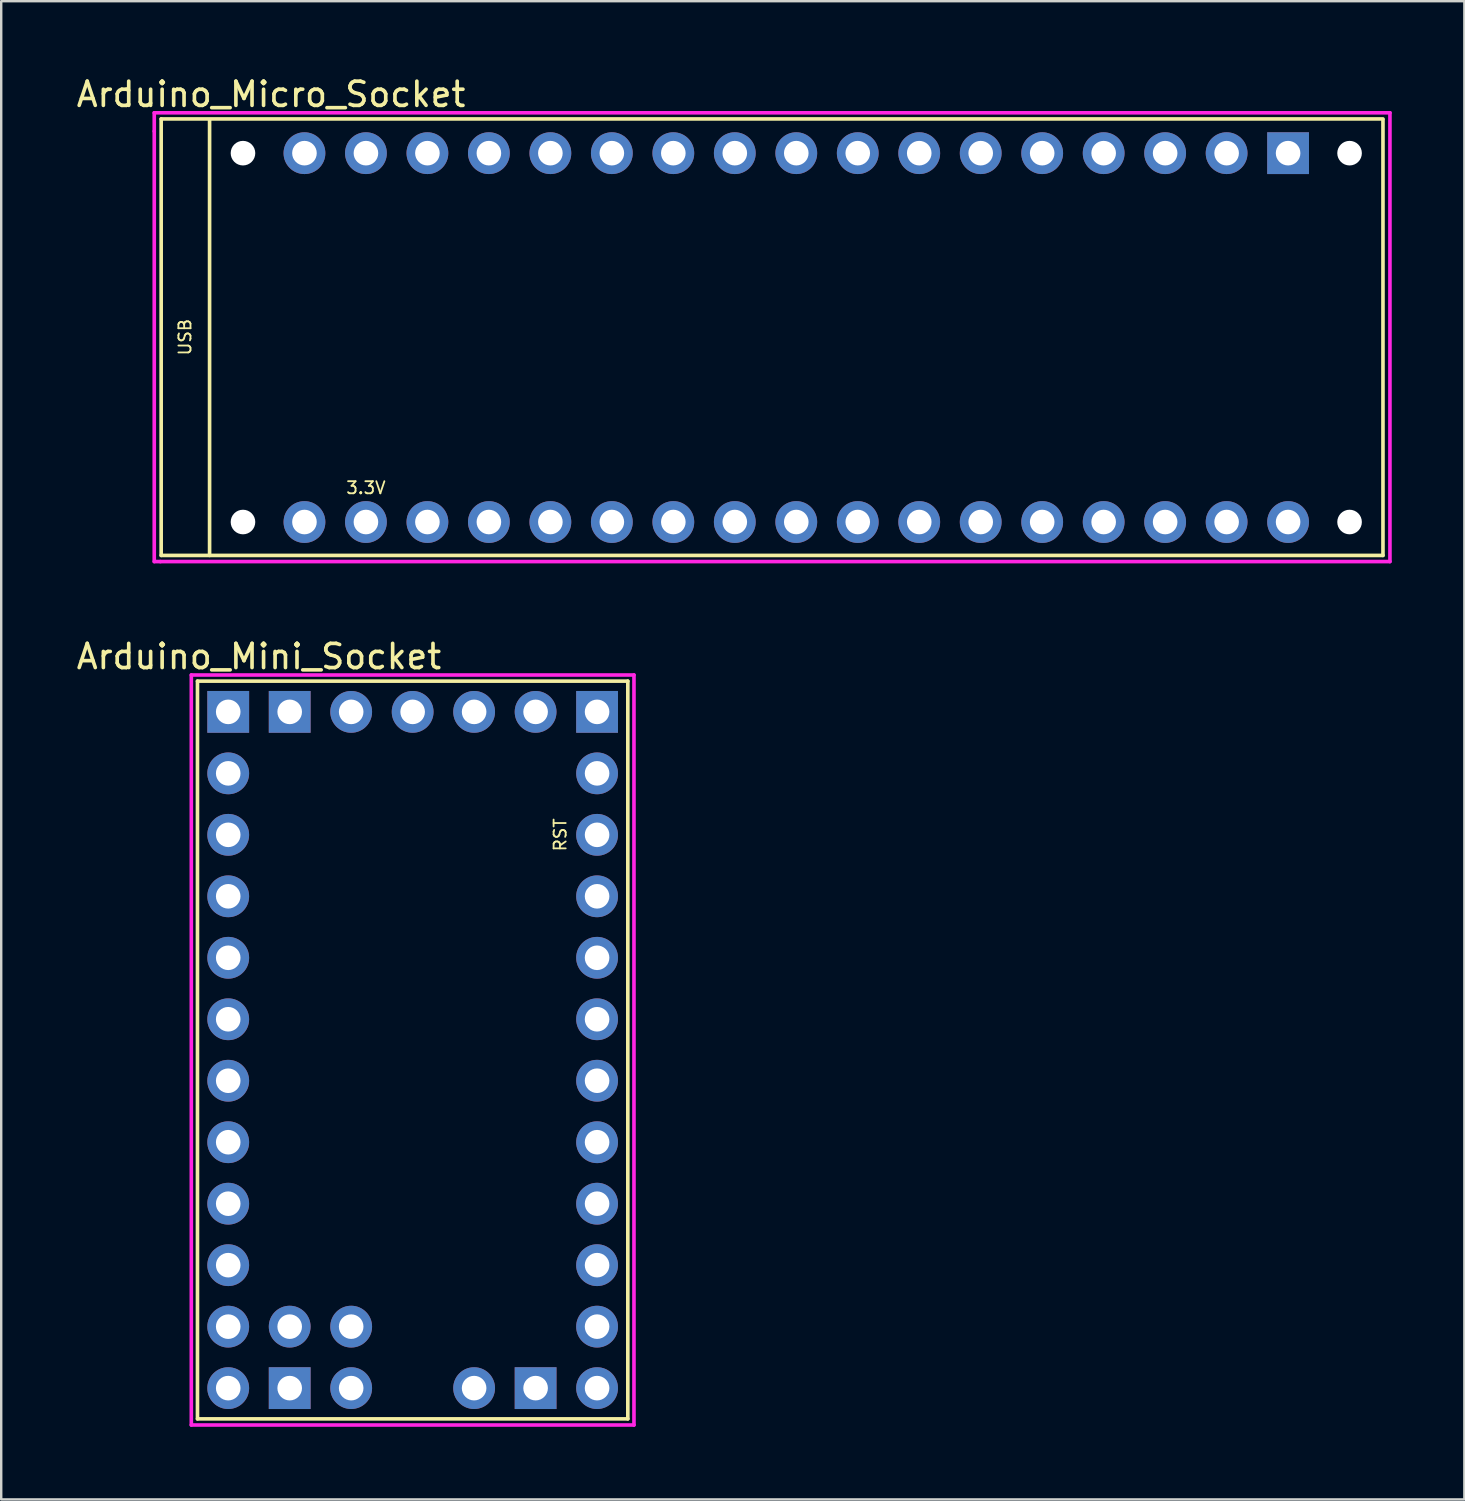
<source format=kicad_pcb>
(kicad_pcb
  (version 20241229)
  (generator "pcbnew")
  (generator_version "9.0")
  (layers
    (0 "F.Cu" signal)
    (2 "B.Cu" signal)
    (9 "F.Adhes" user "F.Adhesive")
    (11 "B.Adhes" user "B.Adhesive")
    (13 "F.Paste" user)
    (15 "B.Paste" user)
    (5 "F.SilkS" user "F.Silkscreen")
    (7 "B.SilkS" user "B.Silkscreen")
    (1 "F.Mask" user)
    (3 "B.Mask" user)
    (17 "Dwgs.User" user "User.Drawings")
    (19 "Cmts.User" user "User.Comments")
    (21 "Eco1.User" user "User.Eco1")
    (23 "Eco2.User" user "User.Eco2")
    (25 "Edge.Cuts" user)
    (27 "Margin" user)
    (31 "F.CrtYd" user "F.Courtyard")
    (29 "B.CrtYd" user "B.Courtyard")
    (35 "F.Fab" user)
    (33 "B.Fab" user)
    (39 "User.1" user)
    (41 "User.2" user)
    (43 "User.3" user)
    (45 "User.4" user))
  (footprint "Arduino_Mini_Socket"
    (layer "F.Cu")
    (at 5.109 55.572)
    (property "Reference" "Arduino_Mini_Socket" (at 2.54 -31.496 0) (layer "F.SilkS") (effects (font (size 1 1) (thickness 0.15))))
    (attr through_hole)
    (fp_line (start 0 -30.48) (end 17.78 -30.48) (stroke (width 0.15) (type solid)) (layer "F.SilkS"))
    (fp_line (start 0 0) (end 0 -30.48) (stroke (width 0.15) (type solid)) (layer "F.SilkS"))
    (fp_line (start 17.78 -30.48) (end 17.78 0) (stroke (width 0.15) (type solid)) (layer "F.SilkS"))
    (fp_line (start 17.78 0) (end 0 0) (stroke (width 0.15) (type solid)) (layer "F.SilkS"))
    (fp_line (start -0.254 -30.734) (end 18.034 -30.734) (stroke (width 0.15) (type solid)) (layer "F.CrtYd"))
    (fp_line (start -0.254 0.254) (end -0.254 -30.734) (stroke (width 0.15) (type solid)) (layer "F.CrtYd"))
    (fp_line (start 18.034 -30.734) (end 18.034 0.254) (stroke (width 0.15) (type solid)) (layer "F.CrtYd"))
    (fp_line (start 18.034 0.254) (end -0.254 0.254) (stroke (width 0.15) (type solid)) (layer "F.CrtYd"))
    (fp_text user "RST" (at 14.986 -24.13 90) (layer "F.SilkS") (effects (font (size 0.5 0.5) (thickness 0.075))))
    (pad "5V1" thru_hole circle (at 16.51 -21.59) (size 1.727 1.727) (drill 1.016) (layers "*.Cu" "*.Mask"))
    (pad "5V2" thru_hole circle (at 11.43 -29.21) (size 1.727 1.727) (drill 1.016) (layers "*.Cu" "*.Mask"))
    (pad "5V3" thru_hole circle (at 11.43 -1.27) (size 1.727 1.727) (drill 1.016) (layers "*.Cu" "*.Mask"))
    (pad "A0" thru_hole circle (at 16.51 -11.43) (size 1.727 1.727) (drill 1.016) (layers "*.Cu" "*.Mask"))
    (pad "A1" thru_hole circle (at 16.51 -13.97) (size 1.727 1.727) (drill 1.016) (layers "*.Cu" "*.Mask"))
    (pad "A2" thru_hole circle (at 16.51 -16.51) (size 1.727 1.727) (drill 1.016) (layers "*.Cu" "*.Mask"))
    (pad "A3" thru_hole circle (at 16.51 -19.05) (size 1.727 1.727) (drill 1.016) (layers "*.Cu" "*.Mask"))
    (pad "A4" thru_hole rect (at 3.81 -1.27) (size 1.727 1.727) (drill 1.016) (layers "*.Cu" "*.Mask"))
    (pad "A5" thru_hole circle (at 6.35 -1.27) (size 1.727 1.727) (drill 1.016) (layers "*.Cu" "*.Mask"))
    (pad "A6" thru_hole circle (at 3.81 -3.81) (size 1.727 1.727) (drill 1.016) (layers "*.Cu" "*.Mask"))
    (pad "A7" thru_hole circle (at 6.35 -3.81) (size 1.727 1.727) (drill 1.016) (layers "*.Cu" "*.Mask"))
    (pad "D0" thru_hole circle (at 1.27 -26.67) (size 1.727 1.727) (drill 1.016) (layers "*.Cu" "*.Mask"))
    (pad "D1" thru_hole rect (at 1.27 -29.21) (size 1.727 1.727) (drill 1.016) (layers "*.Cu" "*.Mask"))
    (pad "D2" thru_hole circle (at 1.27 -19.05) (size 1.727 1.727) (drill 1.016) (layers "*.Cu" "*.Mask"))
    (pad "D3" thru_hole circle (at 1.27 -16.51) (size 1.727 1.727) (drill 1.016) (layers "*.Cu" "*.Mask"))
    (pad "D4" thru_hole circle (at 1.27 -13.97) (size 1.727 1.727) (drill 1.016) (layers "*.Cu" "*.Mask"))
    (pad "D5" thru_hole circle (at 1.27 -11.43) (size 1.727 1.727) (drill 1.016) (layers "*.Cu" "*.Mask"))
    (pad "D6" thru_hole circle (at 1.27 -8.89) (size 1.727 1.727) (drill 1.016) (layers "*.Cu" "*.Mask"))
    (pad "D7" thru_hole circle (at 1.27 -6.35) (size 1.727 1.727) (drill 1.016) (layers "*.Cu" "*.Mask"))
    (pad "D8" thru_hole circle (at 1.27 -3.81) (size 1.727 1.727) (drill 1.016) (layers "*.Cu" "*.Mask"))
    (pad "D9" thru_hole circle (at 1.27 -1.27) (size 1.727 1.727) (drill 1.016) (layers "*.Cu" "*.Mask"))
    (pad "D10" thru_hole circle (at 16.51 -1.27) (size 1.727 1.727) (drill 1.016) (layers "*.Cu" "*.Mask"))
    (pad "D11" thru_hole circle (at 16.51 -3.81) (size 1.727 1.727) (drill 1.016) (layers "*.Cu" "*.Mask"))
    (pad "D12" thru_hole circle (at 16.51 -6.35) (size 1.727 1.727) (drill 1.016) (layers "*.Cu" "*.Mask"))
    (pad "D13" thru_hole circle (at 16.51 -8.89) (size 1.727 1.727) (drill 1.016) (layers "*.Cu" "*.Mask"))
    (pad "GND2" thru_hole circle (at 16.51 -26.67) (size 1.727 1.727) (drill 1.016) (layers "*.Cu" "*.Mask"))
    (pad "GND3" thru_hole circle (at 13.97 -29.21) (size 1.727 1.727) (drill 1.016) (layers "*.Cu" "*.Mask"))
    (pad "GND4" thru_hole rect (at 13.97 -1.27) (size 1.727 1.727) (drill 1.016) (layers "*.Cu" "*.Mask"))
    (pad "L0" thru_hole circle (at 1.27 -24.13) (size 1.727 1.727) (drill 1.016) (layers "*.Cu" "*.Mask"))
    (pad "L1" thru_hole circle (at 1.27 -21.59) (size 1.727 1.727) (drill 1.016) (layers "*.Cu" "*.Mask"))
    (pad "L2" thru_hole rect (at 3.81 -29.21) (size 1.727 1.727) (drill 1.016) (layers "*.Cu" "*.Mask"))
    (pad "RST2" thru_hole circle (at 16.51 -24.13) (size 1.727 1.727) (drill 1.016) (layers "*.Cu" "*.Mask"))
    (pad "RX" thru_hole circle (at 8.89 -29.21) (size 1.727 1.727) (drill 1.016) (layers "*.Cu" "*.Mask"))
    (pad "TX" thru_hole circle (at 6.35 -29.21) (size 1.727 1.727) (drill 1.016) (layers "*.Cu" "*.Mask"))
    (pad "VIN" thru_hole rect (at 16.51 -29.21) (size 1.727 1.727) (drill 1.016) (layers "*.Cu" "*.Mask")))
  (footprint "Arduino_Micro_Socket"
    (layer "F.Cu")
    (at 5.609 19.898)
    (property "Reference" "Arduino_Micro_Socket" (at 2.54 -19.05 0) (layer "F.SilkS") (effects (font (size 1 1) (thickness 0.15))))
    (attr through_hole)
    (fp_line (start -2 -18.034) (end -2 0) (stroke (width 0.15) (type solid)) (layer "F.SilkS"))
    (fp_line (start -2 -18.034) (end 48.48 -18.034) (stroke (width 0.15) (type solid)) (layer "F.SilkS"))
    (fp_line (start -2 0) (end 48.48 0) (stroke (width 0.15) (type solid)) (layer "F.SilkS"))
    (fp_line (start 0 -18) (end 0 0) (stroke (width 0.15) (type solid)) (layer "F.SilkS"))
    (fp_line (start 48.48 -18) (end 48.48 0) (stroke (width 0.15) (type solid)) (layer "F.SilkS"))
    (fp_line (start -2.286 -18.288) (end 48.768 -18.288) (stroke (width 0.15) (type solid)) (layer "F.CrtYd"))
    (fp_line (start -2.286 -17.526) (end -2.286 -18.288) (stroke (width 0.15) (type solid)) (layer "F.CrtYd"))
    (fp_line (start -2.286 0.254) (end -2.286 -17.526) (stroke (width 0.15) (type solid)) (layer "F.CrtYd"))
    (fp_line (start -2.032 0.254) (end -2.286 0.254) (stroke (width 0.15) (type solid)) (layer "F.CrtYd"))
    (fp_line (start 48.768 -18.288) (end 48.768 0.254) (stroke (width 0.15) (type solid)) (layer "F.CrtYd"))
    (fp_line (start 48.768 0.254) (end -2.032 0.254) (stroke (width 0.15) (type solid)) (layer "F.CrtYd"))
    (fp_text user "3.3V" (at 6.46 -2.794 0) (layer "F.SilkS") (effects (font (size 0.5 0.5) (thickness 0.075))))
    (fp_text user "USB" (at -1.016 -9.017 90) (layer "F.SilkS") (effects (font (size 0.5 0.5) (thickness 0.075))))
    (pad "" np_thru_hole circle (at 1.38 -16.62) (size 1.016 1.016) (drill 1.016) (layers "*.Cu" "*.Mask"))
    (pad "" np_thru_hole circle (at 1.38 -1.38) (size 1.016 1.016) (drill 1.016) (layers "*.Cu" "*.Mask"))
    (pad "" thru_hole oval (at 26.78 -1.38) (size 1.727 1.727) (drill 1.016) (layers "*.Cu" "*.Mask"))
    (pad "" thru_hole oval (at 29.32 -1.38) (size 1.727 1.727) (drill 1.016) (layers "*.Cu" "*.Mask"))
    (pad "" np_thru_hole circle (at 47.1 -16.62) (size 1.016 1.016) (drill 1.016) (layers "*.Cu" "*.Mask"))
    (pad "" np_thru_hole circle (at 47.1 -1.38) (size 1.016 1.016) (drill 1.016) (layers "*.Cu" "*.Mask"))
    (pad "3V3" thru_hole oval (at 6.46 -1.38) (size 1.727 1.727) (drill 1.016) (layers "*.Cu" "*.Mask"))
    (pad "5V" thru_hole oval (at 31.86 -1.38) (size 1.727 1.727) (drill 1.016) (layers "*.Cu" "*.Mask"))
    (pad "A0" thru_hole oval (at 11.54 -1.38) (size 1.727 1.727) (drill 1.016) (layers "*.Cu" "*.Mask"))
    (pad "A1" thru_hole oval (at 14.08 -1.38) (size 1.727 1.727) (drill 1.016) (layers "*.Cu" "*.Mask"))
    (pad "A2" thru_hole oval (at 16.62 -1.38) (size 1.727 1.727) (drill 1.016) (layers "*.Cu" "*.Mask"))
    (pad "A3" thru_hole oval (at 19.16 -1.38) (size 1.727 1.727) (drill 1.016) (layers "*.Cu" "*.Mask"))
    (pad "A4" thru_hole oval (at 21.7 -1.38) (size 1.727 1.727) (drill 1.016) (layers "*.Cu" "*.Mask"))
    (pad "A5" thru_hole oval (at 24.24 -1.38) (size 1.727 1.727) (drill 1.016) (layers "*.Cu" "*.Mask"))
    (pad "AREF" thru_hole oval (at 9 -1.38) (size 1.727 1.727) (drill 1.016) (layers "*.Cu" "*.Mask"))
    (pad "D0" thru_hole oval (at 36.94 -16.62) (size 1.727 1.727) (drill 1.016) (layers "*.Cu" "*.Mask"))
    (pad "D1" thru_hole oval (at 39.48 -16.62) (size 1.727 1.727) (drill 1.016) (layers "*.Cu" "*.Mask"))
    (pad "D2" thru_hole oval (at 29.32 -16.62) (size 1.727 1.727) (drill 1.016) (layers "*.Cu" "*.Mask"))
    (pad "D3" thru_hole oval (at 26.78 -16.62) (size 1.727 1.727) (drill 1.016) (layers "*.Cu" "*.Mask"))
    (pad "D4" thru_hole oval (at 24.24 -16.62) (size 1.727 1.727) (drill 1.016) (layers "*.Cu" "*.Mask"))
    (pad "D5" thru_hole oval (at 21.7 -16.62) (size 1.727 1.727) (drill 1.016) (layers "*.Cu" "*.Mask"))
    (pad "D6" thru_hole oval (at 19.16 -16.62) (size 1.727 1.727) (drill 1.016) (layers "*.Cu" "*.Mask"))
    (pad "D7" thru_hole oval (at 16.62 -16.62) (size 1.727 1.727) (drill 1.016) (layers "*.Cu" "*.Mask"))
    (pad "D8" thru_hole oval (at 14.08 -16.62) (size 1.727 1.727) (drill 1.016) (layers "*.Cu" "*.Mask"))
    (pad "D9" thru_hole oval (at 11.54 -16.62) (size 1.727 1.727) (drill 1.016) (layers "*.Cu" "*.Mask"))
    (pad "D10" thru_hole oval (at 9 -16.62) (size 1.727 1.727) (drill 1.016) (layers "*.Cu" "*.Mask"))
    (pad "D11" thru_hole oval (at 6.46 -16.62) (size 1.727 1.727) (drill 1.016) (layers "*.Cu" "*.Mask"))
    (pad "D12" thru_hole oval (at 3.92 -16.62) (size 1.727 1.727) (drill 1.016) (layers "*.Cu" "*.Mask"))
    (pad "D13" thru_hole oval (at 3.92 -1.38) (size 1.727 1.727) (drill 1.016) (layers "*.Cu" "*.Mask"))
    (pad "GND1" thru_hole oval (at 36.94 -1.38) (size 1.727 1.727) (drill 1.016) (layers "*.Cu" "*.Mask"))
    (pad "GND2" thru_hole oval (at 31.86 -16.62) (size 1.727 1.727) (drill 1.016) (layers "*.Cu" "*.Mask"))
    (pad "MISO" thru_hole oval (at 42.02 -1.38) (size 1.727 1.727) (drill 1.016) (layers "*.Cu" "*.Mask"))
    (pad "MOSI" thru_hole rect (at 44.56 -16.62) (size 1.727 1.727) (drill 1.016) (layers "*.Cu" "*.Mask"))
    (pad "RST1" thru_hole oval (at 34.4 -1.38) (size 1.727 1.727) (drill 1.016) (layers "*.Cu" "*.Mask"))
    (pad "RST2" thru_hole oval (at 34.4 -16.62) (size 1.727 1.727) (drill 1.016) (layers "*.Cu" "*.Mask"))
    (pad "SCK" thru_hole oval (at 44.56 -1.38) (size 1.727 1.727) (drill 1.016) (layers "*.Cu" "*.Mask"))
    (pad "SS" thru_hole oval (at 42.02 -16.62) (size 1.727 1.727) (drill 1.016) (layers "*.Cu" "*.Mask"))
    (pad "VIN" thru_hole oval (at 39.48 -1.38) (size 1.727 1.727) (drill 1.016) (layers "*.Cu" "*.Mask")))
  (gr_rect
    (start -3 -3)
    (end 57.452 58.901)
    (stroke (width 0.1) (type default))
    (fill no)
    (layer "Edge.Cuts")))
</source>
